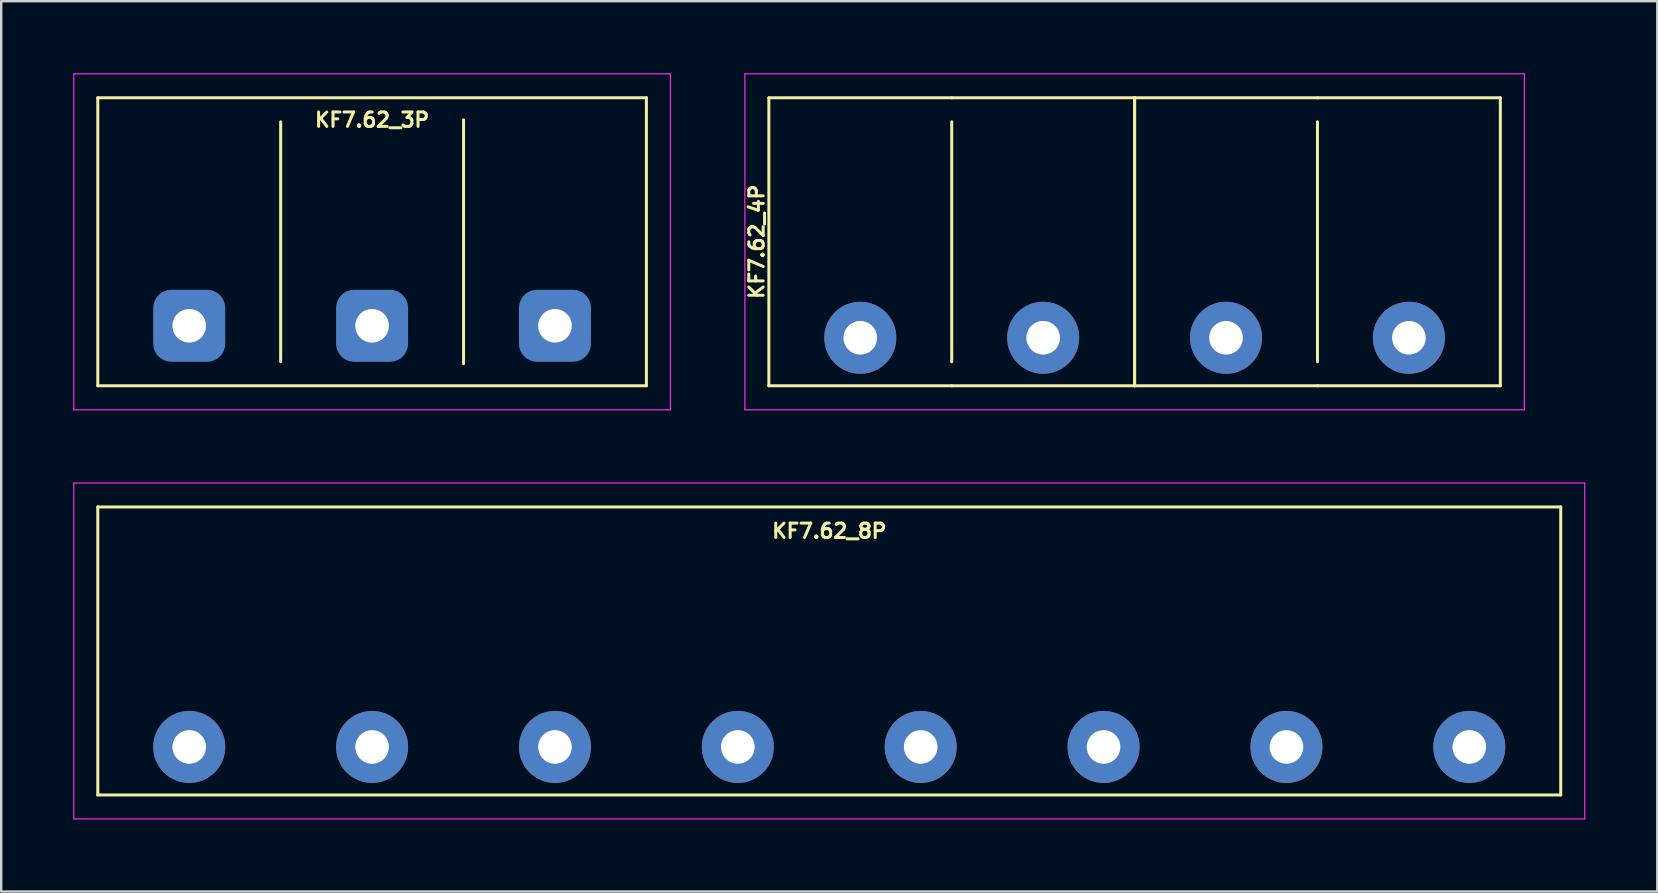
<source format=kicad_pcb>
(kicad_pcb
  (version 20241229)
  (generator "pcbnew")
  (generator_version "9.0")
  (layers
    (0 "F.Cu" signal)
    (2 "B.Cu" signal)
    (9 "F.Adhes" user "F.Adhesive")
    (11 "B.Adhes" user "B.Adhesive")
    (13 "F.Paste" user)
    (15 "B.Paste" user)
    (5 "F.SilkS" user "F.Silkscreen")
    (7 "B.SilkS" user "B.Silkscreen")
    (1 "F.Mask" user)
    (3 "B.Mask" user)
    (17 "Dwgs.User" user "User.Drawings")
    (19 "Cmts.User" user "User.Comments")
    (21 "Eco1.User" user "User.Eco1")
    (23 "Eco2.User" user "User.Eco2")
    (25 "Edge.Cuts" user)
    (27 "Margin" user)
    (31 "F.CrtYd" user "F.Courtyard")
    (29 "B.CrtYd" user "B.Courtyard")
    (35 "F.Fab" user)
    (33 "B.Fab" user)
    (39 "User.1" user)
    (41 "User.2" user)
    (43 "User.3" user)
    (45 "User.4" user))
  (footprint "KF7.62_8P"
    (layer "F.Cu")
    (at 31.505 24.075)
    (property "Reference" "KF7.62_8P" (at 0 -5 180) (layer "F.SilkS") (effects (font (size 0.6 0.6) (thickness 0.125))))
    (attr through_hole)
    (fp_line (start -30.48 -6) (end -30.48 6) (stroke (width 0.125) (type solid)) (layer "F.SilkS"))
    (fp_line (start -30.48 6) (end 30.48 6) (stroke (width 0.125) (type solid)) (layer "F.SilkS"))
    (fp_line (start 30.48 -6) (end -30.48 -6) (stroke (width 0.125) (type solid)) (layer "F.SilkS"))
    (fp_line (start 30.48 -6) (end 30.48 6) (stroke (width 0.125) (type solid)) (layer "F.SilkS"))
    (fp_line (start -31.48 -7) (end -31.48 7) (stroke (width 0.05) (type solid)) (layer "F.CrtYd"))
    (fp_line (start -31.48 -7) (end 31.48 -7) (stroke (width 0.05) (type solid)) (layer "F.CrtYd"))
    (fp_line (start 31.48 -7) (end 31.48 7) (stroke (width 0.05) (type solid)) (layer "F.CrtYd"))
    (fp_line (start 31.48 7) (end -31.48 7) (stroke (width 0.05) (type solid)) (layer "F.CrtYd"))
    (pad "1" thru_hole circle (at -26.67 4) (size 3 3) (drill 1.4) (layers "*.Cu" "*.Mask"))
    (pad "2" thru_hole circle (at -19.05 4) (size 3 3) (drill 1.4) (layers "*.Cu" "*.Mask"))
    (pad "3" thru_hole circle (at -11.43 4) (size 3 3) (drill 1.4) (layers "*.Cu" "*.Mask"))
    (pad "4" thru_hole circle (at -3.81 4) (size 3 3) (drill 1.4) (layers "*.Cu" "*.Mask"))
    (pad "5" thru_hole circle (at 3.81 4) (size 3 3) (drill 1.4) (layers "*.Cu" "*.Mask"))
    (pad "6" thru_hole circle (at 11.43 4) (size 3 3) (drill 1.4) (layers "*.Cu" "*.Mask"))
    (pad "7" thru_hole circle (at 19.05 4) (size 3 3) (drill 1.4) (layers "*.Cu" "*.Mask"))
    (pad "8" thru_hole circle (at 26.67 4) (size 3 3) (drill 1.4) (layers "*.Cu" "*.Mask")))
  (footprint "KF7.62_3P"
    (layer "F.Cu")
    (at 12.455 7.025)
    (property "Reference" "KF7.62_3P" (at 0 -5.08 180) (layer "F.SilkS") (effects (font (size 0.6 0.6) (thickness 0.125))))
    (attr through_hole)
    (fp_line (start -11.43 -6) (end -11.43 6) (stroke (width 0.125) (type solid)) (layer "F.SilkS"))
    (fp_line (start -11.43 6) (end 11.43 6) (stroke (width 0.125) (type solid)) (layer "F.SilkS"))
    (fp_line (start -3.81 5) (end -3.81 -5) (stroke (width 0.125) (type solid)) (layer "F.SilkS"))
    (fp_line (start 3.81 5.08) (end 3.81 -5.08) (stroke (width 0.125) (type solid)) (layer "F.SilkS"))
    (fp_line (start 11.43 -6) (end -11.43 -6) (stroke (width 0.125) (type solid)) (layer "F.SilkS"))
    (fp_line (start 11.43 -6) (end 11.43 6) (stroke (width 0.125) (type solid)) (layer "F.SilkS"))
    (fp_line (start -12.43 -7) (end -12.43 7) (stroke (width 0.05) (type solid)) (layer "F.CrtYd"))
    (fp_line (start -12.43 -7) (end 12.43 -7) (stroke (width 0.05) (type solid)) (layer "F.CrtYd"))
    (fp_line (start 12.43 -7) (end 12.43 7) (stroke (width 0.05) (type solid)) (layer "F.CrtYd"))
    (fp_line (start 12.43 7) (end -12.43 7) (stroke (width 0.05) (type solid)) (layer "F.CrtYd"))
    (pad "1" thru_hole circle (at -7.62 3.5) (size 2 2) (drill 1.4) (layers "*.Cu" "*.Mask"))
    (pad "1" connect roundrect (at -7.62 3.5) (size 3 3) (layers "B.Cu" "B.Mask") (roundrect_rratio 0.25))
    (pad "2" thru_hole circle (at 0 3.5) (size 2 2) (drill 1.4) (layers "*.Cu" "*.Mask"))
    (pad "2" connect roundrect (at 0 3.5) (size 3 3) (layers "B.Cu" "B.Mask") (roundrect_rratio 0.25))
    (pad "3" thru_hole circle (at 7.62 3.5) (size 2 2) (drill 1.4) (layers "*.Cu" "*.Mask"))
    (pad "3" connect roundrect (at 7.62 3.5) (size 3 3) (layers "B.Cu" "B.Mask") (roundrect_rratio 0.25)))
  (footprint "KF7.62_4P"
    (layer "F.Cu")
    (at 44.228 7.025)
    (property "Reference" "KF7.62_4P" (at -15.748 0 90) (layer "F.SilkS") (effects (font (size 0.6 0.6) (thickness 0.125))))
    (attr through_hole)
    (fp_line (start -15.24 -6) (end -15.24 6) (stroke (width 0.125) (type solid)) (layer "F.SilkS"))
    (fp_line (start -15.24 6) (end -7.62 6) (stroke (width 0.125) (type solid)) (layer "F.SilkS"))
    (fp_line (start -7.62 -6) (end -15.24 -6) (stroke (width 0.125) (type solid)) (layer "F.SilkS"))
    (fp_line (start -7.62 -6) (end 0 -6) (stroke (width 0.125) (type solid)) (layer "F.SilkS"))
    (fp_line (start -7.62 5) (end -7.62 -5) (stroke (width 0.125) (type solid)) (layer "F.SilkS"))
    (fp_line (start 0 -6) (end 0 6) (stroke (width 0.125) (type solid)) (layer "F.SilkS"))
    (fp_line (start 0 -6) (end 0 6) (stroke (width 0.125) (type solid)) (layer "F.SilkS"))
    (fp_line (start 0 6) (end -7.62 6) (stroke (width 0.125) (type solid)) (layer "F.SilkS"))
    (fp_line (start 0 6) (end 7.62 6) (stroke (width 0.125) (type solid)) (layer "F.SilkS"))
    (fp_line (start 7.62 -6) (end 0 -6) (stroke (width 0.125) (type solid)) (layer "F.SilkS"))
    (fp_line (start 7.62 -6) (end 15.24 -6) (stroke (width 0.125) (type solid)) (layer "F.SilkS"))
    (fp_line (start 7.62 5) (end 7.62 -5) (stroke (width 0.125) (type solid)) (layer "F.SilkS"))
    (fp_line (start 15.24 -6) (end 15.24 6) (stroke (width 0.125) (type solid)) (layer "F.SilkS"))
    (fp_line (start 15.24 6) (end 7.62 6) (stroke (width 0.125) (type solid)) (layer "F.SilkS"))
    (fp_line (start -16.24 -7) (end -16.24 7) (stroke (width 0.05) (type solid)) (layer "F.CrtYd"))
    (fp_line (start -16.24 -7) (end 16.24 -7) (stroke (width 0.05) (type solid)) (layer "F.CrtYd"))
    (fp_line (start 16.24 -7) (end 16.24 7) (stroke (width 0.05) (type solid)) (layer "F.CrtYd"))
    (fp_line (start 16.24 7) (end -16.24 7) (stroke (width 0.05) (type solid)) (layer "F.CrtYd"))
    (pad "1" thru_hole circle (at -11.43 4) (size 3 3) (drill 1.4) (layers "*.Cu" "*.Mask"))
    (pad "2" thru_hole circle (at -3.81 4) (size 3 3) (drill 1.4) (layers "*.Cu" "*.Mask"))
    (pad "3" thru_hole circle (at 3.81 4) (size 3 3) (drill 1.4) (layers "*.Cu" "*.Mask"))
    (pad "4" thru_hole circle (at 11.43 4) (size 3 3) (drill 1.4) (layers "*.Cu" "*.Mask")))
  (gr_rect
    (start -3 -3)
    (end 66.01 34.1)
    (stroke (width 0.1) (type default))
    (fill no)
    (layer "Edge.Cuts")))
</source>
